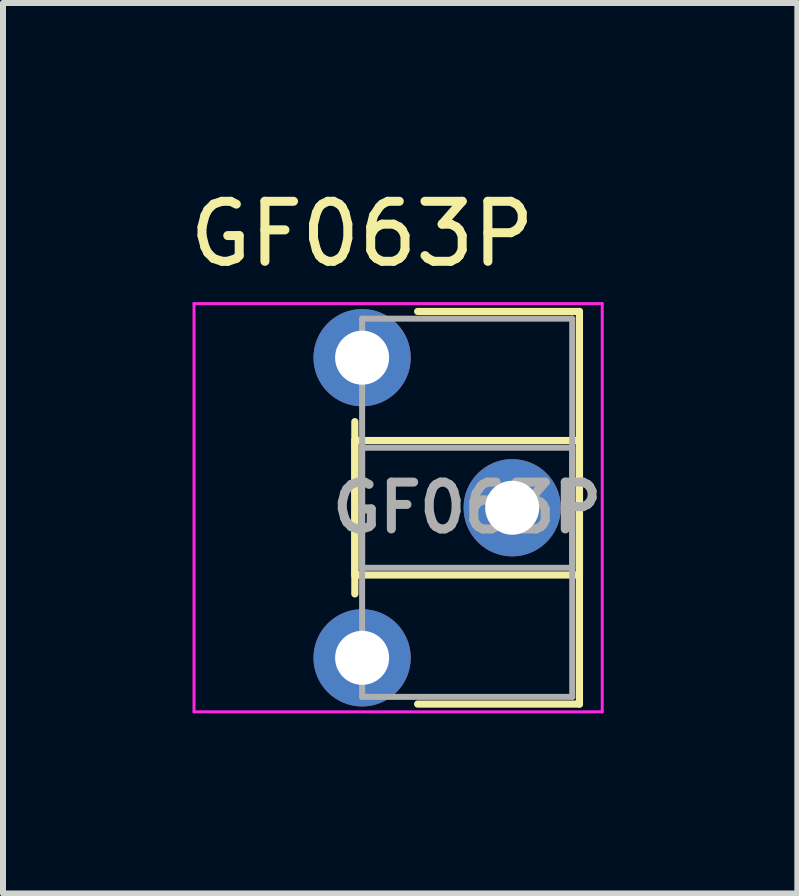
<source format=kicad_pcb>
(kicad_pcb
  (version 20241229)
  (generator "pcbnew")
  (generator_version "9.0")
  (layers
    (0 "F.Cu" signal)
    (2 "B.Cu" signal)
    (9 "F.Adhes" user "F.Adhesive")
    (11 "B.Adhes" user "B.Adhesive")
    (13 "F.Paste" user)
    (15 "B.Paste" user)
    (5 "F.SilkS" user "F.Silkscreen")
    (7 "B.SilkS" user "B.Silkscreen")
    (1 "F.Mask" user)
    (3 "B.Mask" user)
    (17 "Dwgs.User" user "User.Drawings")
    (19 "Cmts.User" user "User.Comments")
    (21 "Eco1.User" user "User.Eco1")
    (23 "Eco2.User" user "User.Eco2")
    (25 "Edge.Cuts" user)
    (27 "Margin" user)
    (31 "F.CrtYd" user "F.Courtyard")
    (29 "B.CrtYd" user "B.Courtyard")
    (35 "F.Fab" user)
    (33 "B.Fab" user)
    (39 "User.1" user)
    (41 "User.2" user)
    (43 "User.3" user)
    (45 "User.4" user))
  (footprint "GF063P"
    (layer "F.Cu")
    (at 6.982 2.008)
    (property "Reference" "GF063P" (at -4 -1.16 0) (layer "F.SilkS") (effects (font (size 1 1) (thickness 0.15))))
    (attr through_hole)
    (fp_line (start -4.121 1.966) (end -4.121 4.835) (stroke (width 0.12) (type solid)) (layer "F.SilkS"))
    (fp_line (start -4.121 2.28) (end -4.121 4.52) (stroke (width 0.12) (type solid)) (layer "F.SilkS"))
    (fp_line (start -4.121 2.28) (end -0.38 2.28) (stroke (width 0.12) (type solid)) (layer "F.SilkS"))
    (fp_line (start -4.121 4.52) (end -0.38 4.52) (stroke (width 0.12) (type solid)) (layer "F.SilkS"))
    (fp_line (start -3.075 0.13) (end -0.38 0.13) (stroke (width 0.12) (type solid)) (layer "F.SilkS"))
    (fp_line (start -3.075 6.67) (end -0.38 6.67) (stroke (width 0.12) (type solid)) (layer "F.SilkS"))
    (fp_line (start -0.38 0.13) (end -0.38 6.67) (stroke (width 0.12) (type solid)) (layer "F.SilkS"))
    (fp_line (start -0.38 2.28) (end -0.38 4.52) (stroke (width 0.12) (type solid)) (layer "F.SilkS"))
    (fp_line (start -6.8 0) (end 0 0) (stroke (width 0.05) (type solid)) (layer "F.CrtYd"))
    (fp_line (start -6.8 6.8) (end -6.8 0) (stroke (width 0.05) (type solid)) (layer "F.CrtYd"))
    (fp_line (start -6.8 6.8) (end 0 6.8) (stroke (width 0.05) (type solid)) (layer "F.CrtYd"))
    (fp_line (start 0 6.8) (end 0 0) (stroke (width 0.05) (type solid)) (layer "F.CrtYd"))
    (fp_line (start -4 0.25) (end -0.5 0.25) (stroke (width 0.1) (type solid)) (layer "F.Fab"))
    (fp_line (start -4 2.4) (end -4 4.4) (stroke (width 0.1) (type solid)) (layer "F.Fab"))
    (fp_line (start -4 4.4) (end -0.5 4.4) (stroke (width 0.1) (type solid)) (layer "F.Fab"))
    (fp_line (start -4 6.55) (end -4 0.25) (stroke (width 0.1) (type solid)) (layer "F.Fab"))
    (fp_line (start -0.5 0.25) (end -0.5 6.55) (stroke (width 0.1) (type solid)) (layer "F.Fab"))
    (fp_line (start -0.5 2.4) (end -4 2.4) (stroke (width 0.1) (type solid)) (layer "F.Fab"))
    (fp_line (start -0.5 4.4) (end -0.5 2.4) (stroke (width 0.1) (type solid)) (layer "F.Fab"))
    (fp_line (start -0.5 6.55) (end -4 6.55) (stroke (width 0.1) (type solid)) (layer "F.Fab"))
    (fp_text user "${REFERENCE}" (at -2.25 3.4 0) (layer "F.Fab") (effects (font (size 0.78 0.78) (thickness 0.15))))
    (pad "1" thru_hole circle (at -4 0.9) (size 1.62 1.62) (drill 0.9) (layers "*.Cu" "*.Mask"))
    (pad "2" thru_hole circle (at -1.5 3.4) (size 1.62 1.62) (drill 0.9) (layers "*.Cu" "*.Mask"))
    (pad "3" thru_hole circle (at -4 5.9) (size 1.62 1.62) (drill 0.9) (layers "*.Cu" "*.Mask")))
  (gr_rect
    (start -3 -3)
    (end 10.232 11.833)
    (stroke (width 0.1) (type default))
    (fill no)
    (layer "Edge.Cuts")))
</source>
